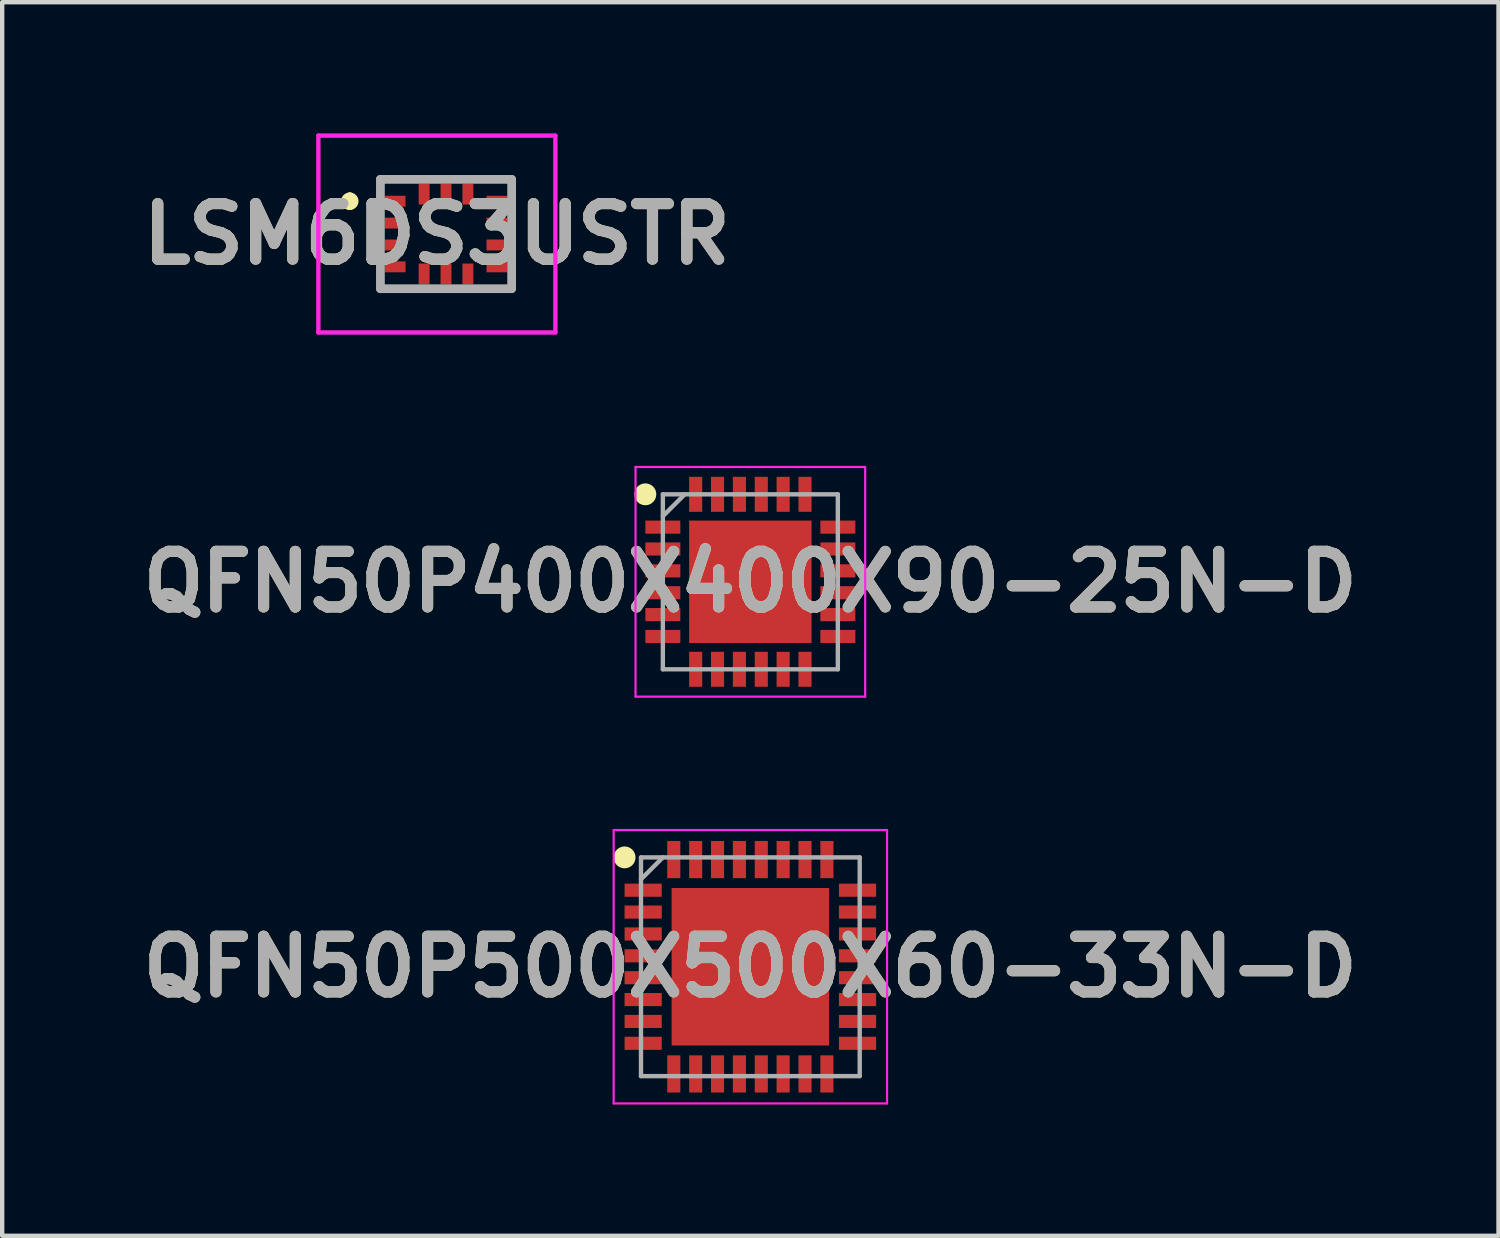
<source format=kicad_pcb>
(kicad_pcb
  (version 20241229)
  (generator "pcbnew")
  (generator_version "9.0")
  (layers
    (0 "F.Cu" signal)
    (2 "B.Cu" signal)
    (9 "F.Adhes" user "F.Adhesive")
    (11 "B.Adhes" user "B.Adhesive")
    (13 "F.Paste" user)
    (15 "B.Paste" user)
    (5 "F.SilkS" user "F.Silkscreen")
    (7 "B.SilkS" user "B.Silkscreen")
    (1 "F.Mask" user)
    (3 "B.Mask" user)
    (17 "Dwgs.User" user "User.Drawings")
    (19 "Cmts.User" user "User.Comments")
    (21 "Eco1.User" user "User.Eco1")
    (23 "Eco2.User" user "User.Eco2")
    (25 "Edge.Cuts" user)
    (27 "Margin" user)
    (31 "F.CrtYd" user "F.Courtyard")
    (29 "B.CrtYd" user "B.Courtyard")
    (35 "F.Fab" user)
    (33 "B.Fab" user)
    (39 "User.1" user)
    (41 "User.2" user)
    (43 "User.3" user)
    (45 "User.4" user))
  (footprint "QFN50P500X500X60-33N-D"
    (layer "F.Cu")
    (at 14.103 19.05)
    (property "Reference" "QFN50P500X500X60-33N-D" (at 0 0 0) (layer "F.SilkS") (effects (font (size 1.27 1.27) (thickness 0.254))))
    (attr smd)
    (fp_circle (center -2.875 -2.5) (end -2.875 -2.375) (stroke (width 0.25) (type solid)) (fill no) (layer "F.SilkS"))
    (fp_line (start -3.125 -3.125) (end 3.125 -3.125) (stroke (width 0.05) (type solid)) (layer "F.CrtYd"))
    (fp_line (start -3.125 3.125) (end -3.125 -3.125) (stroke (width 0.05) (type solid)) (layer "F.CrtYd"))
    (fp_line (start 3.125 -3.125) (end 3.125 3.125) (stroke (width 0.05) (type solid)) (layer "F.CrtYd"))
    (fp_line (start 3.125 3.125) (end -3.125 3.125) (stroke (width 0.05) (type solid)) (layer "F.CrtYd"))
    (fp_line (start -2.5 -2.5) (end 2.5 -2.5) (stroke (width 0.1) (type solid)) (layer "F.Fab"))
    (fp_line (start -2.5 -2) (end -2 -2.5) (stroke (width 0.1) (type solid)) (layer "F.Fab"))
    (fp_line (start -2.5 2.5) (end -2.5 -2.5) (stroke (width 0.1) (type solid)) (layer "F.Fab"))
    (fp_line (start 2.5 -2.5) (end 2.5 2.5) (stroke (width 0.1) (type solid)) (layer "F.Fab"))
    (fp_line (start 2.5 2.5) (end -2.5 2.5) (stroke (width 0.1) (type solid)) (layer "F.Fab"))
    (fp_text user "${REFERENCE}" (at 0 0 0) (layer "F.Fab") (effects (font (size 1.27 1.27) (thickness 0.254))))
    (pad "1" smd rect (at -2.45 -1.75 90) (size 0.3 0.85) (layers "F.Cu" "F.Mask" "F.Paste"))
    (pad "2" smd rect (at -2.45 -1.25 90) (size 0.3 0.85) (layers "F.Cu" "F.Mask" "F.Paste"))
    (pad "3" smd rect (at -2.45 -0.75 90) (size 0.3 0.85) (layers "F.Cu" "F.Mask" "F.Paste"))
    (pad "4" smd rect (at -2.45 -0.25 90) (size 0.3 0.85) (layers "F.Cu" "F.Mask" "F.Paste"))
    (pad "5" smd rect (at -2.45 0.25 90) (size 0.3 0.85) (layers "F.Cu" "F.Mask" "F.Paste"))
    (pad "6" smd rect (at -2.45 0.75 90) (size 0.3 0.85) (layers "F.Cu" "F.Mask" "F.Paste"))
    (pad "7" smd rect (at -2.45 1.25 90) (size 0.3 0.85) (layers "F.Cu" "F.Mask" "F.Paste"))
    (pad "8" smd rect (at -2.45 1.75 90) (size 0.3 0.85) (layers "F.Cu" "F.Mask" "F.Paste"))
    (pad "9" smd rect (at -1.75 2.45) (size 0.3 0.85) (layers "F.Cu" "F.Mask" "F.Paste"))
    (pad "10" smd rect (at -1.25 2.45) (size 0.3 0.85) (layers "F.Cu" "F.Mask" "F.Paste"))
    (pad "11" smd rect (at -0.75 2.45) (size 0.3 0.85) (layers "F.Cu" "F.Mask" "F.Paste"))
    (pad "12" smd rect (at -0.25 2.45) (size 0.3 0.85) (layers "F.Cu" "F.Mask" "F.Paste"))
    (pad "13" smd rect (at 0.25 2.45) (size 0.3 0.85) (layers "F.Cu" "F.Mask" "F.Paste"))
    (pad "14" smd rect (at 0.75 2.45) (size 0.3 0.85) (layers "F.Cu" "F.Mask" "F.Paste"))
    (pad "15" smd rect (at 1.25 2.45) (size 0.3 0.85) (layers "F.Cu" "F.Mask" "F.Paste"))
    (pad "16" smd rect (at 1.75 2.45) (size 0.3 0.85) (layers "F.Cu" "F.Mask" "F.Paste"))
    (pad "17" smd rect (at 2.45 1.75 90) (size 0.3 0.85) (layers "F.Cu" "F.Mask" "F.Paste"))
    (pad "18" smd rect (at 2.45 1.25 90) (size 0.3 0.85) (layers "F.Cu" "F.Mask" "F.Paste"))
    (pad "19" smd rect (at 2.45 0.75 90) (size 0.3 0.85) (layers "F.Cu" "F.Mask" "F.Paste"))
    (pad "20" smd rect (at 2.45 0.25 90) (size 0.3 0.85) (layers "F.Cu" "F.Mask" "F.Paste"))
    (pad "21" smd rect (at 2.45 -0.25 90) (size 0.3 0.85) (layers "F.Cu" "F.Mask" "F.Paste"))
    (pad "22" smd rect (at 2.45 -0.75 90) (size 0.3 0.85) (layers "F.Cu" "F.Mask" "F.Paste"))
    (pad "23" smd rect (at 2.45 -1.25 90) (size 0.3 0.85) (layers "F.Cu" "F.Mask" "F.Paste"))
    (pad "24" smd rect (at 2.45 -1.75 90) (size 0.3 0.85) (layers "F.Cu" "F.Mask" "F.Paste"))
    (pad "25" smd rect (at 1.75 -2.45) (size 0.3 0.85) (layers "F.Cu" "F.Mask" "F.Paste"))
    (pad "26" smd rect (at 1.25 -2.45) (size 0.3 0.85) (layers "F.Cu" "F.Mask" "F.Paste"))
    (pad "27" smd rect (at 0.75 -2.45) (size 0.3 0.85) (layers "F.Cu" "F.Mask" "F.Paste"))
    (pad "28" smd rect (at 0.25 -2.45) (size 0.3 0.85) (layers "F.Cu" "F.Mask" "F.Paste"))
    (pad "29" smd rect (at -0.25 -2.45) (size 0.3 0.85) (layers "F.Cu" "F.Mask" "F.Paste"))
    (pad "30" smd rect (at -0.75 -2.45) (size 0.3 0.85) (layers "F.Cu" "F.Mask" "F.Paste"))
    (pad "31" smd rect (at -1.25 -2.45) (size 0.3 0.85) (layers "F.Cu" "F.Mask" "F.Paste"))
    (pad "32" smd rect (at -1.75 -2.45) (size 0.3 0.85) (layers "F.Cu" "F.Mask" "F.Paste"))
    (pad "33" smd rect (at 0 0) (size 3.6 3.6) (layers "F.Cu" "F.Mask" "F.Paste")))
  (footprint "QFN50P400X400X90-25N-D"
    (layer "F.Cu")
    (at 14.103 10.25)
    (property "Reference" "QFN50P400X400X90-25N-D" (at 0 0 0) (layer "F.SilkS") (effects (font (size 1.27 1.27) (thickness 0.254))))
    (attr smd)
    (fp_circle (center -2.4 -2) (end -2.4 -1.875) (stroke (width 0.25) (type solid)) (fill no) (layer "F.SilkS"))
    (fp_line (start -2.625 -2.625) (end 2.625 -2.625) (stroke (width 0.05) (type solid)) (layer "F.CrtYd"))
    (fp_line (start -2.625 2.625) (end -2.625 -2.625) (stroke (width 0.05) (type solid)) (layer "F.CrtYd"))
    (fp_line (start 2.625 -2.625) (end 2.625 2.625) (stroke (width 0.05) (type solid)) (layer "F.CrtYd"))
    (fp_line (start 2.625 2.625) (end -2.625 2.625) (stroke (width 0.05) (type solid)) (layer "F.CrtYd"))
    (fp_line (start -2 -2) (end 2 -2) (stroke (width 0.1) (type solid)) (layer "F.Fab"))
    (fp_line (start -2 -1.5) (end -1.5 -2) (stroke (width 0.1) (type solid)) (layer "F.Fab"))
    (fp_line (start -2 2) (end -2 -2) (stroke (width 0.1) (type solid)) (layer "F.Fab"))
    (fp_line (start 2 -2) (end 2 2) (stroke (width 0.1) (type solid)) (layer "F.Fab"))
    (fp_line (start 2 2) (end -2 2) (stroke (width 0.1) (type solid)) (layer "F.Fab"))
    (fp_text user "${REFERENCE}" (at 0 0 0) (layer "F.Fab") (effects (font (size 1.27 1.27) (thickness 0.254))))
    (pad "1" smd rect (at -2 -1.25 90) (size 0.3 0.8) (layers "F.Cu" "F.Mask" "F.Paste"))
    (pad "2" smd rect (at -2 -0.75 90) (size 0.3 0.8) (layers "F.Cu" "F.Mask" "F.Paste"))
    (pad "3" smd rect (at -2 -0.25 90) (size 0.3 0.8) (layers "F.Cu" "F.Mask" "F.Paste"))
    (pad "4" smd rect (at -2 0.25 90) (size 0.3 0.8) (layers "F.Cu" "F.Mask" "F.Paste"))
    (pad "5" smd rect (at -2 0.75 90) (size 0.3 0.8) (layers "F.Cu" "F.Mask" "F.Paste"))
    (pad "6" smd rect (at -2 1.25 90) (size 0.3 0.8) (layers "F.Cu" "F.Mask" "F.Paste"))
    (pad "7" smd rect (at -1.25 2) (size 0.3 0.8) (layers "F.Cu" "F.Mask" "F.Paste"))
    (pad "8" smd rect (at -0.75 2) (size 0.3 0.8) (layers "F.Cu" "F.Mask" "F.Paste"))
    (pad "9" smd rect (at -0.25 2) (size 0.3 0.8) (layers "F.Cu" "F.Mask" "F.Paste"))
    (pad "10" smd rect (at 0.25 2) (size 0.3 0.8) (layers "F.Cu" "F.Mask" "F.Paste"))
    (pad "11" smd rect (at 0.75 2) (size 0.3 0.8) (layers "F.Cu" "F.Mask" "F.Paste"))
    (pad "12" smd rect (at 1.25 2) (size 0.3 0.8) (layers "F.Cu" "F.Mask" "F.Paste"))
    (pad "13" smd rect (at 2 1.25 90) (size 0.3 0.8) (layers "F.Cu" "F.Mask" "F.Paste"))
    (pad "14" smd rect (at 2 0.75 90) (size 0.3 0.8) (layers "F.Cu" "F.Mask" "F.Paste"))
    (pad "15" smd rect (at 2 0.25 90) (size 0.3 0.8) (layers "F.Cu" "F.Mask" "F.Paste"))
    (pad "16" smd rect (at 2 -0.25 90) (size 0.3 0.8) (layers "F.Cu" "F.Mask" "F.Paste"))
    (pad "17" smd rect (at 2 -0.75 90) (size 0.3 0.8) (layers "F.Cu" "F.Mask" "F.Paste"))
    (pad "18" smd rect (at 2 -1.25 90) (size 0.3 0.8) (layers "F.Cu" "F.Mask" "F.Paste"))
    (pad "19" smd rect (at 1.25 -2) (size 0.3 0.8) (layers "F.Cu" "F.Mask" "F.Paste"))
    (pad "20" smd rect (at 0.75 -2) (size 0.3 0.8) (layers "F.Cu" "F.Mask" "F.Paste"))
    (pad "21" smd rect (at 0.25 -2) (size 0.3 0.8) (layers "F.Cu" "F.Mask" "F.Paste"))
    (pad "22" smd rect (at -0.25 -2) (size 0.3 0.8) (layers "F.Cu" "F.Mask" "F.Paste"))
    (pad "23" smd rect (at -0.75 -2) (size 0.3 0.8) (layers "F.Cu" "F.Mask" "F.Paste"))
    (pad "24" smd rect (at -1.25 -2) (size 0.3 0.8) (layers "F.Cu" "F.Mask" "F.Paste"))
    (pad "25" smd rect (at 0 0) (size 2.8 2.8) (layers "F.Cu" "F.Mask" "F.Paste")))
  (footprint "LSM6DS3USTR"
    (layer "F.Cu")
    (at 7.146 2.3)
    (property "Reference" "LSM6DS3USTR" (at -0.209 0 0) (layer "F.SilkS") (effects (font (size 1.27 1.27) (thickness 0.254))))
    (attr smd)
    (fp_line (start -2.2 -0.85) (end -2.2 -0.85) (stroke (width 0.2) (type solid)) (layer "F.SilkS"))
    (fp_line (start -2.2 -0.65) (end -2.2 -0.65) (stroke (width 0.2) (type solid)) (layer "F.SilkS"))
    (fp_arc (start -2.2 -0.85) (mid -2.1 -0.75) (end -2.2 -0.65) (stroke (width 0.2) (type solid)) (layer "F.SilkS"))
    (fp_arc (start -2.2 -0.65) (mid -2.3 -0.75) (end -2.2 -0.85) (stroke (width 0.2) (type solid)) (layer "F.SilkS"))
    (fp_line (start -2.918 -2.25) (end 2.5 -2.25) (stroke (width 0.1) (type solid)) (layer "F.CrtYd"))
    (fp_line (start -2.918 2.25) (end -2.918 -2.25) (stroke (width 0.1) (type solid)) (layer "F.CrtYd"))
    (fp_line (start 2.5 -2.25) (end 2.5 2.25) (stroke (width 0.1) (type solid)) (layer "F.CrtYd"))
    (fp_line (start 2.5 2.25) (end -2.918 2.25) (stroke (width 0.1) (type solid)) (layer "F.CrtYd"))
    (fp_line (start -1.5 -1.25) (end 1.5 -1.25) (stroke (width 0.2) (type solid)) (layer "F.Fab"))
    (fp_line (start -1.5 1.25) (end -1.5 -1.25) (stroke (width 0.2) (type solid)) (layer "F.Fab"))
    (fp_line (start 1.5 -1.25) (end 1.5 1.25) (stroke (width 0.2) (type solid)) (layer "F.Fab"))
    (fp_line (start 1.5 1.25) (end -1.5 1.25) (stroke (width 0.2) (type solid)) (layer "F.Fab"))
    (fp_text user "${REFERENCE}" (at -0.209 0 0) (layer "F.Fab") (effects (font (size 1.27 1.27) (thickness 0.254))))
    (pad "1" smd rect (at -1.163 -0.75 90) (size 0.25 0.475) (layers "F.Cu" "F.Mask" "F.Paste"))
    (pad "2" smd rect (at -1.163 -0.25 90) (size 0.25 0.475) (layers "F.Cu" "F.Mask" "F.Paste"))
    (pad "3" smd rect (at -1.163 0.25 90) (size 0.25 0.475) (layers "F.Cu" "F.Mask" "F.Paste"))
    (pad "4" smd rect (at -1.163 0.75 90) (size 0.25 0.475) (layers "F.Cu" "F.Mask" "F.Paste"))
    (pad "5" smd rect (at -0.5 0.912) (size 0.25 0.475) (layers "F.Cu" "F.Mask" "F.Paste"))
    (pad "6" smd rect (at 0 0.912) (size 0.25 0.475) (layers "F.Cu" "F.Mask" "F.Paste"))
    (pad "7" smd rect (at 0.5 0.912) (size 0.25 0.475) (layers "F.Cu" "F.Mask" "F.Paste"))
    (pad "8" smd rect (at 1.163 0.75 90) (size 0.25 0.475) (layers "F.Cu" "F.Mask" "F.Paste"))
    (pad "9" smd rect (at 1.163 0.25 90) (size 0.25 0.475) (layers "F.Cu" "F.Mask" "F.Paste"))
    (pad "10" smd rect (at 1.163 -0.25 90) (size 0.25 0.475) (layers "F.Cu" "F.Mask" "F.Paste"))
    (pad "11" smd rect (at 1.163 -0.75 90) (size 0.25 0.475) (layers "F.Cu" "F.Mask" "F.Paste"))
    (pad "12" smd rect (at 0.5 -0.912) (size 0.25 0.475) (layers "F.Cu" "F.Mask" "F.Paste"))
    (pad "13" smd rect (at 0 -0.912) (size 0.25 0.475) (layers "F.Cu" "F.Mask" "F.Paste"))
    (pad "14" smd rect (at -0.5 -0.912) (size 0.25 0.475) (layers "F.Cu" "F.Mask" "F.Paste")))
  (gr_rect
    (start -3 -3)
    (end 31.206 25.2)
    (stroke (width 0.1) (type default))
    (fill no)
    (layer "Edge.Cuts")))
</source>
